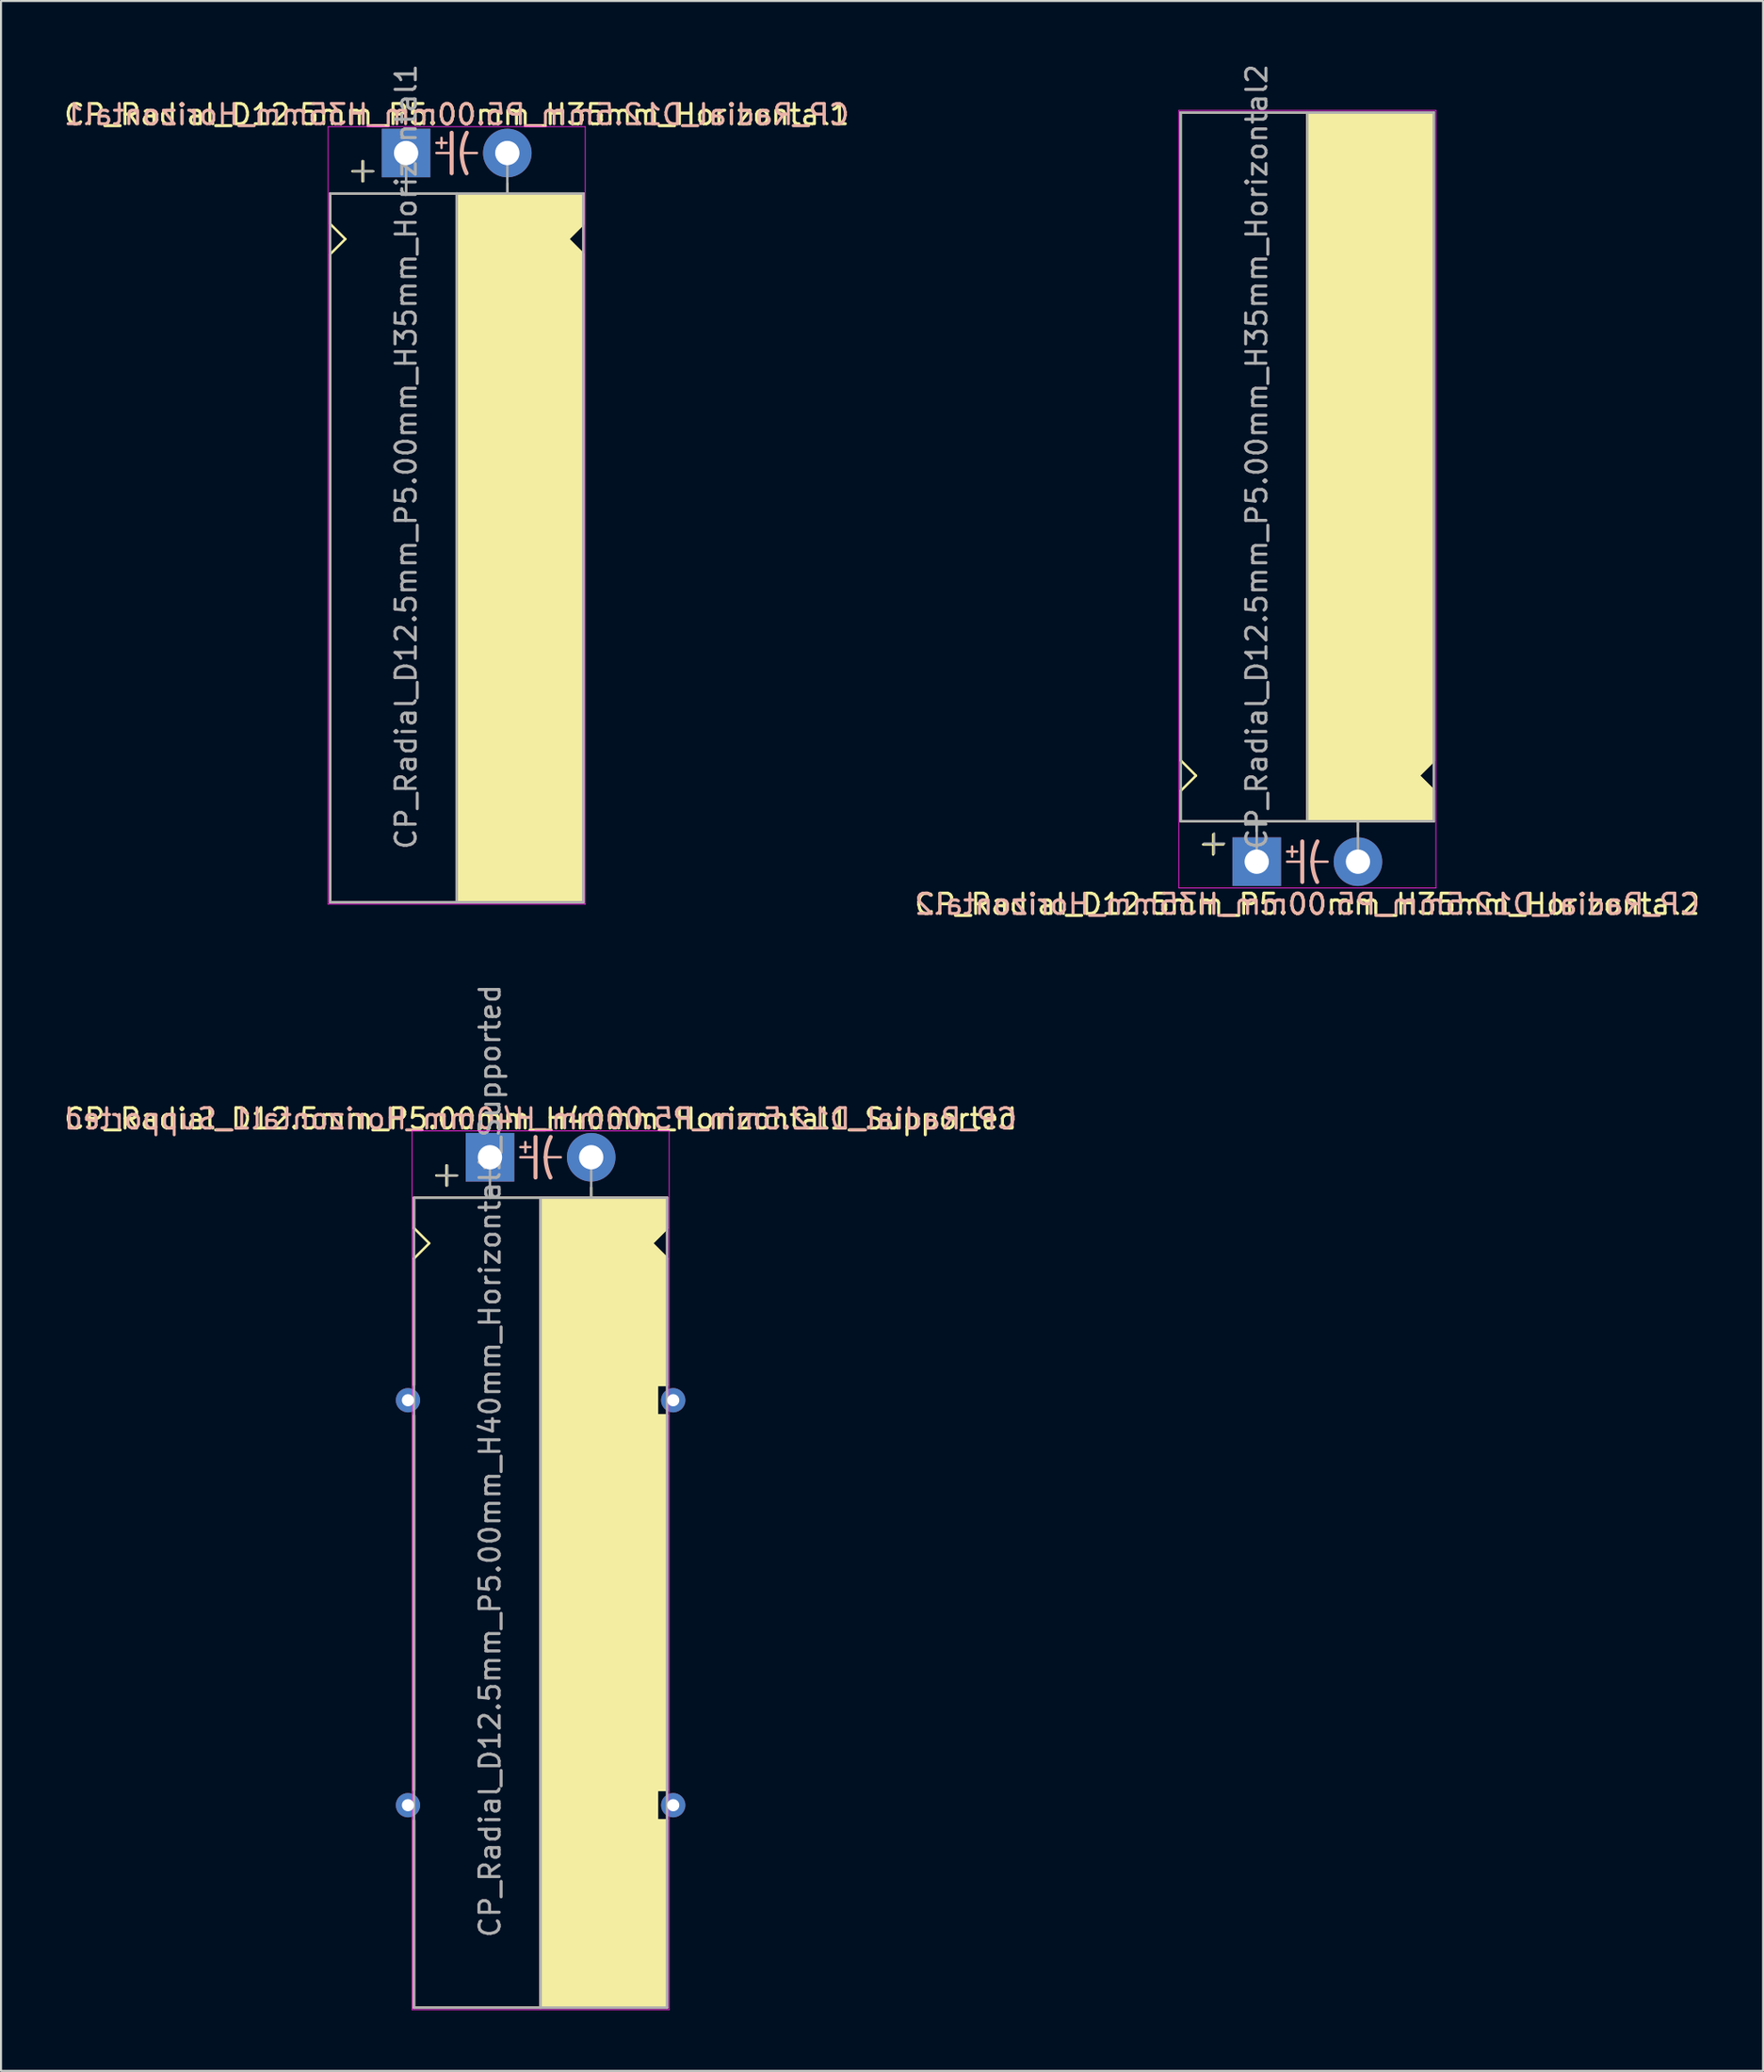
<source format=kicad_pcb>
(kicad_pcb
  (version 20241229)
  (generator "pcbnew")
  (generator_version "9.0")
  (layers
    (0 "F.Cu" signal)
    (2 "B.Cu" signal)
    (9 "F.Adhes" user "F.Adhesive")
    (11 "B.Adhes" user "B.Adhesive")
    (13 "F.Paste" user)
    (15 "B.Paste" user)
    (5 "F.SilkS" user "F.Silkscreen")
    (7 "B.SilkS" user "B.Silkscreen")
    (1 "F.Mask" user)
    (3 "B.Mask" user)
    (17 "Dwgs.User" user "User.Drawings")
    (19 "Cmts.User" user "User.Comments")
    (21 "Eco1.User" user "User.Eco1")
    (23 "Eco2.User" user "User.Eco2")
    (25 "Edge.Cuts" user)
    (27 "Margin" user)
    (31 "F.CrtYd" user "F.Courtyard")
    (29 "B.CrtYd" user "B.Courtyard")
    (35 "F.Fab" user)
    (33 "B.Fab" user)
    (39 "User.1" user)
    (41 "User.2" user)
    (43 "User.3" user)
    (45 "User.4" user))
  (footprint "CP_Radial_D12.5mm_P5.00mm_H35mm_Horizontal2"
    (layer "F.Cu")
    (at 59.018 39.506)
    (property "Reference" "CP_Radial_D12.5mm_P5.00mm_H35mm_Horizontal2" (at 2.5 2.1 180) (layer "F.SilkS") (effects (font (size 1 1) (thickness 0.15))))
    (fp_line (start -3.75 -5) (end -3.75 -37) (stroke (width 0.12) (type solid)) (layer "F.SilkS"))
    (fp_line (start -3.75 -3.5) (end -3 -4.25) (stroke (width 0.12) (type solid)) (layer "F.SilkS"))
    (fp_line (start -3.75 -2) (end -3.75 -3.5) (stroke (width 0.12) (type solid)) (layer "F.SilkS"))
    (fp_line (start -3 -4.25) (end -3.75 -5) (stroke (width 0.12) (type solid)) (layer "F.SilkS"))
    (fp_line (start -2.15 -1.35) (end -2.15 -0.35) (stroke (width 0.12) (type solid)) (layer "F.SilkS"))
    (fp_line (start -1.65 -0.85) (end -2.65 -0.85) (stroke (width 0.12) (type solid)) (layer "F.SilkS"))
    (fp_line (start 0 -1.5) (end 0 -2) (stroke (width 0.12) (type solid)) (layer "F.SilkS"))
    (fp_line (start 2.5 -2) (end -3.75 -2) (stroke (width 0.12) (type solid)) (layer "F.SilkS"))
    (fp_line (start 2.5 -2) (end 2.5 -37) (stroke (width 0.12) (type solid)) (layer "F.SilkS"))
    (fp_line (start 2.5 -2) (end 8.75 -2) (stroke (width 0.12) (type solid)) (layer "F.SilkS"))
    (fp_line (start 5 -1.5) (end 5 -2) (stroke (width 0.12) (type solid)) (layer "F.SilkS"))
    (fp_line (start 8 -4.25) (end 8.75 -5) (stroke (width 0.12) (type solid)) (layer "F.SilkS"))
    (fp_line (start 8.75 -37) (end -3.75 -37) (stroke (width 0.12) (type solid)) (layer "F.SilkS"))
    (fp_line (start 8.75 -5) (end 8.75 -37) (stroke (width 0.12) (type solid)) (layer "F.SilkS"))
    (fp_line (start 8.75 -3.5) (end 8 -4.25) (stroke (width 0.12) (type solid)) (layer "F.SilkS"))
    (fp_line (start 8.75 -2) (end 8.75 -3.5) (stroke (width 0.12) (type solid)) (layer "F.SilkS"))
    (fp_poly (pts (xy 8.75 -3.5) (xy 8 -4.25) (xy 8.75 -5) (xy 8.75 -37) (xy 2.5 -37) (xy 2.5 -2) (xy 8.75 -2)) (stroke (width 0.1) (type solid)) (fill yes) (layer "F.SilkS"))
    (fp_line (start 1.5 -0.5) (end 2 -0.5) (stroke (width 0.12) (type solid)) (layer "B.SilkS"))
    (fp_line (start 1.5 0) (end 2.25 0) (stroke (width 0.12) (type solid)) (layer "B.SilkS"))
    (fp_line (start 1.75 -0.75) (end 1.75 -0.25) (stroke (width 0.12) (type solid)) (layer "B.SilkS"))
    (fp_line (start 2.25 1) (end 2.25 -1) (stroke (width 0.2) (type solid)) (layer "B.SilkS"))
    (fp_line (start 3.5 0) (end 2.75 0) (stroke (width 0.12) (type solid)) (layer "B.SilkS"))
    (fp_arc (start 2.75 0) (mid 2.816707 -0.514573) (end 3 -1) (stroke (width 0.2) (type solid)) (layer "B.SilkS"))
    (fp_arc (start 2.987539 1) (mid 2.810247 0.513901) (end 2.75 0) (stroke (width 0.2) (type solid)) (layer "B.SilkS"))
    (fp_line (start -3.85 -37.1) (end -3.85 1.3) (stroke (width 0.04) (type solid)) (layer "F.CrtYd"))
    (fp_line (start 8.85 -37.1) (end -3.85 -37.1) (stroke (width 0.04) (type solid)) (layer "F.CrtYd"))
    (fp_line (start 8.85 1.3) (end -3.85 1.3) (stroke (width 0.04) (type solid)) (layer "F.CrtYd"))
    (fp_line (start 8.85 1.3) (end 8.85 -37.1) (stroke (width 0.04) (type solid)) (layer "F.CrtYd"))
    (fp_line (start -3.75 -37) (end 8.75 -37) (stroke (width 0.12) (type solid)) (layer "F.Fab"))
    (fp_line (start -3.75 -2) (end -3.75 -37) (stroke (width 0.12) (type solid)) (layer "F.Fab"))
    (fp_line (start -2.6 -0.9) (end -1.6 -0.9) (stroke (width 0.1) (type solid)) (layer "F.Fab"))
    (fp_line (start -2.1 -0.4) (end -2.1 -1.4) (stroke (width 0.1) (type solid)) (layer "F.Fab"))
    (fp_line (start 0 -2) (end -3.75 -2) (stroke (width 0.12) (type solid)) (layer "F.Fab"))
    (fp_line (start 0 0) (end 0 -2) (stroke (width 0.12) (type solid)) (layer "F.Fab"))
    (fp_line (start 2.5 -2) (end 2.5 -37) (stroke (width 0.12) (type solid)) (layer "F.Fab"))
    (fp_line (start 5 -2) (end 5 0) (stroke (width 0.12) (type solid)) (layer "F.Fab"))
    (fp_line (start 8.75 -37) (end 8.75 -2) (stroke (width 0.12) (type solid)) (layer "F.Fab"))
    (fp_line (start 8.75 -2) (end 0 -2) (stroke (width 0.12) (type solid)) (layer "F.Fab"))
    (fp_poly (pts (xy 8.75 -37) (xy 2.5 -37) (xy 2.5 -2) (xy 8.75 -2)) (stroke (width 0.1) (type solid)) (fill no) (layer "F.Fab"))
    (fp_text user "${REFERENCE}" (at 2.5 2.1 0) (layer "B.SilkS") (effects (font (size 1 1) (thickness 0.15)) (justify mirror)))
    (fp_text user "${REFERENCE}" (at 0 -20 90) (layer "F.Fab") (effects (font (size 1 1) (thickness 0.15))))
    (pad "1" thru_hole rect (at 0 0) (size 2.4 2.4) (drill 1.2) (layers "*.Cu" "*.Mask"))
    (pad "2" thru_hole circle (at 5 0) (size 2.4 2.4) (drill 1.2) (layers "*.Cu" "*.Mask")))
  (footprint "CP_Radial_D12.5mm_P5.00mm_H40mm_Horizontal1_Supported"
    (layer "F.Cu")
    (at 21.149 54.103)
    (property "Reference" "CP_Radial_D12.5mm_P5.00mm_H40mm_Horizontal1_Supported" (at 2.5 -1.9 180) (layer "F.SilkS") (effects (font (size 1 1) (thickness 0.15))))
    (fp_line (start -3.75 2) (end -3.75 3.5) (stroke (width 0.12) (type solid)) (layer "F.SilkS"))
    (fp_line (start -3.75 3.5) (end -3 4.25) (stroke (width 0.12) (type solid)) (layer "F.SilkS"))
    (fp_line (start -3.75 5) (end -3.75 11.25) (stroke (width 0.12) (type solid)) (layer "F.SilkS"))
    (fp_line (start -3.75 12.75) (end -3.75 31.25) (stroke (width 0.12) (type solid)) (layer "F.SilkS"))
    (fp_line (start -3.75 42) (end -3.75 32.75) (stroke (width 0.12) (type solid)) (layer "F.SilkS"))
    (fp_line (start -3 4.25) (end -3.75 5) (stroke (width 0.12) (type solid)) (layer "F.SilkS"))
    (fp_line (start -2.15 0.4) (end -2.15 1.4) (stroke (width 0.12) (type solid)) (layer "F.SilkS"))
    (fp_line (start -1.65 0.9) (end -2.65 0.9) (stroke (width 0.12) (type solid)) (layer "F.SilkS"))
    (fp_line (start 0 1.5) (end 0 2) (stroke (width 0.12) (type solid)) (layer "F.SilkS"))
    (fp_line (start 2.5 2) (end -3.75 2) (stroke (width 0.12) (type solid)) (layer "F.SilkS"))
    (fp_line (start 2.5 2) (end 2.5 42) (stroke (width 0.12) (type solid)) (layer "F.SilkS"))
    (fp_line (start 2.5 2) (end 8.75 2) (stroke (width 0.12) (type solid)) (layer "F.SilkS"))
    (fp_line (start 5 1.5) (end 5 2) (stroke (width 0.12) (type solid)) (layer "F.SilkS"))
    (fp_line (start 8 4.25) (end 8.75 5) (stroke (width 0.12) (type solid)) (layer "F.SilkS"))
    (fp_line (start 8.25 11.25) (end 8.75 11.25) (stroke (width 0.12) (type solid)) (layer "F.SilkS"))
    (fp_line (start 8.25 12.75) (end 8.25 11.25) (stroke (width 0.12) (type solid)) (layer "F.SilkS"))
    (fp_line (start 8.25 31.25) (end 8.75 31.25) (stroke (width 0.12) (type solid)) (layer "F.SilkS"))
    (fp_line (start 8.25 32.75) (end 8.25 31.25) (stroke (width 0.12) (type solid)) (layer "F.SilkS"))
    (fp_line (start 8.75 2) (end 8.75 3.5) (stroke (width 0.12) (type solid)) (layer "F.SilkS"))
    (fp_line (start 8.75 3.5) (end 8 4.25) (stroke (width 0.12) (type solid)) (layer "F.SilkS"))
    (fp_line (start 8.75 5) (end 8.75 11.25) (stroke (width 0.12) (type solid)) (layer "F.SilkS"))
    (fp_line (start 8.75 12.75) (end 8.25 12.75) (stroke (width 0.12) (type solid)) (layer "F.SilkS"))
    (fp_line (start 8.75 12.75) (end 8.75 31.25) (stroke (width 0.12) (type solid)) (layer "F.SilkS"))
    (fp_line (start 8.75 32.75) (end 8.25 32.75) (stroke (width 0.12) (type solid)) (layer "F.SilkS"))
    (fp_line (start 8.75 42) (end -3.75 42) (stroke (width 0.12) (type solid)) (layer "F.SilkS"))
    (fp_line (start 8.75 42) (end 8.75 32.75) (stroke (width 0.12) (type solid)) (layer "F.SilkS"))
    (fp_poly (pts (xy 8.75 3.5) (xy 8 4.25) (xy 8.75 5) (xy 8.75 11.25) (xy 8.25 11.25) (xy 8.25 12.75) (xy 8.75 12.75) (xy 8.75 31.25) (xy 8.25 31.25) (xy 8.25 32.75) (xy 8.75 32.75) (xy 8.75 42) (xy 2.5 42) (xy 2.5 2) (xy 8.75 2)) (stroke (width 0.1) (type solid)) (fill yes) (layer "F.SilkS"))
    (fp_line (start 1.5 -0.5) (end 2 -0.5) (stroke (width 0.12) (type solid)) (layer "B.SilkS"))
    (fp_line (start 1.5 0) (end 2.25 0) (stroke (width 0.12) (type solid)) (layer "B.SilkS"))
    (fp_line (start 1.75 -0.75) (end 1.75 -0.25) (stroke (width 0.12) (type solid)) (layer "B.SilkS"))
    (fp_line (start 2.25 1) (end 2.25 -1) (stroke (width 0.2) (type solid)) (layer "B.SilkS"))
    (fp_line (start 3.5 0) (end 2.75 0) (stroke (width 0.12) (type solid)) (layer "B.SilkS"))
    (fp_arc (start 2.75 0) (mid 2.816707 -0.514573) (end 3 -1) (stroke (width 0.2) (type solid)) (layer "B.SilkS"))
    (fp_arc (start 2.987539 1) (mid 2.810247 0.513901) (end 2.75 0) (stroke (width 0.2) (type solid)) (layer "B.SilkS"))
    (fp_line (start -3.85 -1.3) (end 8.85 -1.3) (stroke (width 0.04) (type solid)) (layer "F.CrtYd"))
    (fp_line (start -3.85 42.1) (end -3.85 -1.3) (stroke (width 0.04) (type solid)) (layer "F.CrtYd"))
    (fp_line (start 8.85 -1.3) (end 8.85 42.1) (stroke (width 0.04) (type solid)) (layer "F.CrtYd"))
    (fp_line (start 8.85 42.1) (end -3.85 42.1) (stroke (width 0.04) (type solid)) (layer "F.CrtYd"))
    (fp_line (start -3.75 2) (end -3.75 42) (stroke (width 0.12) (type solid)) (layer "F.Fab"))
    (fp_line (start -3.75 42) (end 8.75 42) (stroke (width 0.12) (type solid)) (layer "F.Fab"))
    (fp_line (start -2.6 0.9) (end -1.6 0.9) (stroke (width 0.1) (type solid)) (layer "F.Fab"))
    (fp_line (start -2.1 1.4) (end -2.1 0.4) (stroke (width 0.1) (type solid)) (layer "F.Fab"))
    (fp_line (start 0 0) (end 0 2) (stroke (width 0.12) (type solid)) (layer "F.Fab"))
    (fp_line (start 0 2) (end -3.75 2) (stroke (width 0.12) (type solid)) (layer "F.Fab"))
    (fp_line (start 2.5 2) (end 2.5 42) (stroke (width 0.12) (type solid)) (layer "F.Fab"))
    (fp_line (start 5 2) (end 5 0) (stroke (width 0.12) (type solid)) (layer "F.Fab"))
    (fp_line (start 8.75 2) (end 0 2) (stroke (width 0.12) (type solid)) (layer "F.Fab"))
    (fp_line (start 8.75 42) (end 8.75 2) (stroke (width 0.12) (type solid)) (layer "F.Fab"))
    (fp_poly (pts (xy 8.75 42) (xy 2.5 42) (xy 2.5 2) (xy 8.75 2)) (stroke (width 0.1) (type solid)) (fill no) (layer "F.Fab"))
    (fp_text user "${REFERENCE}" (at 2.5 -1.9 0) (layer "B.SilkS") (effects (font (size 1 1) (thickness 0.15)) (justify mirror)))
    (fp_text user "${REFERENCE}" (at 0 15 90) (layer "F.Fab") (effects (font (size 1 1) (thickness 0.15))))
    (pad "1" thru_hole rect (at 0 0) (size 2.4 2.4) (drill 1.2) (layers "*.Cu" "*.Mask"))
    (pad "2" thru_hole circle (at 5 0) (size 2.4 2.4) (drill 1.2) (layers "*.Cu" "*.Mask"))
    (pad "~" thru_hole circle (at -4.05 12) (size 1.2 1.2) (drill 0.6) (layers "*.Cu" "*.Mask"))
    (pad "~" thru_hole circle (at -4.05 32) (size 1.2 1.2) (drill 0.6) (layers "*.Cu" "*.Mask"))
    (pad "~" thru_hole circle (at 9.05 12) (size 1.2 1.2) (drill 0.6) (layers "*.Cu" "*.Mask"))
    (pad "~" thru_hole circle (at 9.05 32) (size 1.2 1.2) (drill 0.6) (layers "*.Cu" "*.Mask")))
  (footprint "CP_Radial_D12.5mm_P5.00mm_H35mm_Horizontal1"
    (layer "F.Cu")
    (at 17.006 4.506)
    (property "Reference" "CP_Radial_D12.5mm_P5.00mm_H35mm_Horizontal1" (at 2.5 -1.9 180) (layer "F.SilkS") (effects (font (size 1 1) (thickness 0.15))))
    (fp_line (start -3.75 2) (end -3.75 3.5) (stroke (width 0.12) (type solid)) (layer "F.SilkS"))
    (fp_line (start -3.75 3.5) (end -3 4.25) (stroke (width 0.12) (type solid)) (layer "F.SilkS"))
    (fp_line (start -3.75 5) (end -3.75 37) (stroke (width 0.12) (type solid)) (layer "F.SilkS"))
    (fp_line (start -3 4.25) (end -3.75 5) (stroke (width 0.12) (type solid)) (layer "F.SilkS"))
    (fp_line (start -2.15 0.4) (end -2.15 1.4) (stroke (width 0.12) (type solid)) (layer "F.SilkS"))
    (fp_line (start -1.65 0.9) (end -2.65 0.9) (stroke (width 0.12) (type solid)) (layer "F.SilkS"))
    (fp_line (start 0 1.5) (end 0 2) (stroke (width 0.12) (type solid)) (layer "F.SilkS"))
    (fp_line (start 2.5 2) (end -3.75 2) (stroke (width 0.12) (type solid)) (layer "F.SilkS"))
    (fp_line (start 2.5 2) (end 2.5 37) (stroke (width 0.12) (type solid)) (layer "F.SilkS"))
    (fp_line (start 2.5 2) (end 8.75 2) (stroke (width 0.12) (type solid)) (layer "F.SilkS"))
    (fp_line (start 5 1.5) (end 5 2) (stroke (width 0.12) (type solid)) (layer "F.SilkS"))
    (fp_line (start 8 4.25) (end 8.75 5) (stroke (width 0.12) (type solid)) (layer "F.SilkS"))
    (fp_line (start 8.75 2) (end 8.75 3.5) (stroke (width 0.12) (type solid)) (layer "F.SilkS"))
    (fp_line (start 8.75 3.5) (end 8 4.25) (stroke (width 0.12) (type solid)) (layer "F.SilkS"))
    (fp_line (start 8.75 5) (end 8.75 37) (stroke (width 0.12) (type solid)) (layer "F.SilkS"))
    (fp_line (start 8.75 37) (end -3.75 37) (stroke (width 0.12) (type solid)) (layer "F.SilkS"))
    (fp_poly (pts (xy 8.75 3.5) (xy 8 4.25) (xy 8.75 5) (xy 8.75 37) (xy 2.5 37) (xy 2.5 2) (xy 8.75 2)) (stroke (width 0.1) (type solid)) (fill yes) (layer "F.SilkS"))
    (fp_line (start 1.5 -0.5) (end 2 -0.5) (stroke (width 0.12) (type solid)) (layer "B.SilkS"))
    (fp_line (start 1.5 0) (end 2.25 0) (stroke (width 0.12) (type solid)) (layer "B.SilkS"))
    (fp_line (start 1.75 -0.75) (end 1.75 -0.25) (stroke (width 0.12) (type solid)) (layer "B.SilkS"))
    (fp_line (start 2.25 1) (end 2.25 -1) (stroke (width 0.2) (type solid)) (layer "B.SilkS"))
    (fp_line (start 3.5 0) (end 2.75 0) (stroke (width 0.12) (type solid)) (layer "B.SilkS"))
    (fp_arc (start 2.75 0) (mid 2.816707 -0.514573) (end 3 -1) (stroke (width 0.2) (type solid)) (layer "B.SilkS"))
    (fp_arc (start 2.987539 1) (mid 2.810247 0.513901) (end 2.75 0) (stroke (width 0.2) (type solid)) (layer "B.SilkS"))
    (fp_line (start -3.85 -1.3) (end 8.85 -1.3) (stroke (width 0.04) (type solid)) (layer "F.CrtYd"))
    (fp_line (start -3.85 37.1) (end -3.85 -1.3) (stroke (width 0.04) (type solid)) (layer "F.CrtYd"))
    (fp_line (start 8.85 -1.3) (end 8.85 37.1) (stroke (width 0.04) (type solid)) (layer "F.CrtYd"))
    (fp_line (start 8.85 37.1) (end -3.85 37.1) (stroke (width 0.04) (type solid)) (layer "F.CrtYd"))
    (fp_line (start -3.75 2) (end -3.75 37) (stroke (width 0.12) (type solid)) (layer "F.Fab"))
    (fp_line (start -3.75 37) (end 8.75 37) (stroke (width 0.12) (type solid)) (layer "F.Fab"))
    (fp_line (start -2.6 0.9) (end -1.6 0.9) (stroke (width 0.1) (type solid)) (layer "F.Fab"))
    (fp_line (start -2.1 1.4) (end -2.1 0.4) (stroke (width 0.1) (type solid)) (layer "F.Fab"))
    (fp_line (start 0 0) (end 0 2) (stroke (width 0.12) (type solid)) (layer "F.Fab"))
    (fp_line (start 0 2) (end -3.75 2) (stroke (width 0.12) (type solid)) (layer "F.Fab"))
    (fp_line (start 2.5 2) (end 2.5 37) (stroke (width 0.12) (type solid)) (layer "F.Fab"))
    (fp_line (start 5 2) (end 5 0) (stroke (width 0.12) (type solid)) (layer "F.Fab"))
    (fp_line (start 8.75 2) (end 0 2) (stroke (width 0.12) (type solid)) (layer "F.Fab"))
    (fp_line (start 8.75 37) (end 8.75 2) (stroke (width 0.12) (type solid)) (layer "F.Fab"))
    (fp_poly (pts (xy 8.75 37) (xy 2.5 37) (xy 2.5 2) (xy 8.75 2)) (stroke (width 0.1) (type solid)) (fill no) (layer "F.Fab"))
    (fp_text user "${REFERENCE}" (at 2.5 -1.9 0) (layer "B.SilkS") (effects (font (size 1 1) (thickness 0.15)) (justify mirror)))
    (fp_text user "${REFERENCE}" (at 0 15 90) (layer "F.Fab") (effects (font (size 1 1) (thickness 0.15))))
    (pad "1" thru_hole rect (at 0 0) (size 2.4 2.4) (drill 1.2) (layers "*.Cu" "*.Mask"))
    (pad "2" thru_hole circle (at 5 0) (size 2.4 2.4) (drill 1.2) (layers "*.Cu" "*.Mask")))
  (gr_rect
    (start -3 -3)
    (end 84.024 99.223)
    (stroke (width 0.1) (type default))
    (fill no)
    (layer "Edge.Cuts")))
</source>
